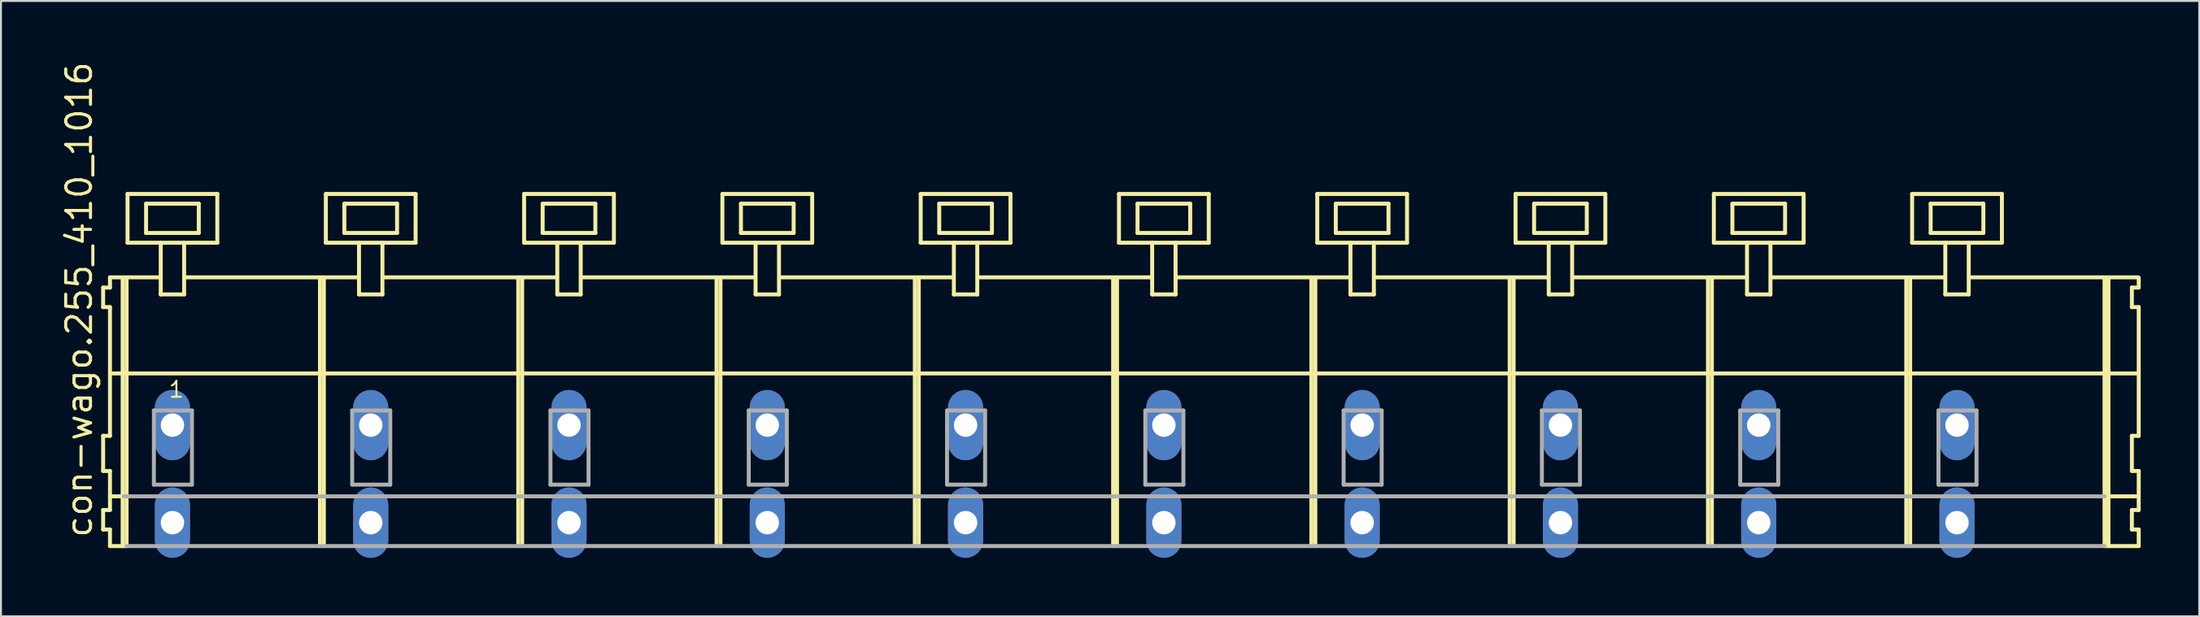
<source format=kicad_pcb>
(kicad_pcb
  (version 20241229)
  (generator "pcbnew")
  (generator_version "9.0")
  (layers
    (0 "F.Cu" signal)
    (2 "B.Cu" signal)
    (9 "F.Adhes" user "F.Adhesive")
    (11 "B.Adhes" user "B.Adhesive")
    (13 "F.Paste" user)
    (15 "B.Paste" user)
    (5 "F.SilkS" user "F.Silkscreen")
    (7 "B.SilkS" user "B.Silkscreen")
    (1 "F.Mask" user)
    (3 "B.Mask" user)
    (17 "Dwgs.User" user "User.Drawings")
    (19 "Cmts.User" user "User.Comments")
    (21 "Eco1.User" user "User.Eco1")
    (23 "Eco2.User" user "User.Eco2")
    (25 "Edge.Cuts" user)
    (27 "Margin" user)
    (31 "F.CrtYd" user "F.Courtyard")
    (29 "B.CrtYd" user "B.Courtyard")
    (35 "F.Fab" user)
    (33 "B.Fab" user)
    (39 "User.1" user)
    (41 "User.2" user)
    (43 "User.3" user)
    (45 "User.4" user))
  (footprint "con-wago.255_410_1016"
    (layer "F.Cu")
    (at 54.045 18.743)
    (property "Reference" "con-wago.255_410_1016" (at -52.295 5.855 90) (layer "F.SilkS") (effects (font (size 1.27 1.27) (thickness 0.16)) (justify left bottom)))
    (attr through_hole)
    (fp_line (start -51.81 -7.05) (end -51.81 -6.05) (stroke (width 0.203) (type default)) (layer "F.SilkS"))
    (fp_line (start -51.81 -6.05) (end -51.46 -6.05) (stroke (width 0.203) (type default)) (layer "F.SilkS"))
    (fp_line (start -51.81 0.55) (end -51.81 2.35) (stroke (width 0.203) (type default)) (layer "F.SilkS"))
    (fp_line (start -51.81 2.35) (end -51.46 2.35) (stroke (width 0.203) (type default)) (layer "F.SilkS"))
    (fp_line (start -51.81 4.35) (end -51.81 5.35) (stroke (width 0.203) (type default)) (layer "F.SilkS"))
    (fp_line (start -51.81 5.35) (end -51.46 5.35) (stroke (width 0.203) (type default)) (layer "F.SilkS"))
    (fp_line (start -51.46 -7.575) (end -51.46 -7.05) (stroke (width 0.203) (type default)) (layer "F.SilkS"))
    (fp_line (start -51.46 -7.575) (end -48.885 -7.575) (stroke (width 0.203) (type default)) (layer "F.SilkS"))
    (fp_line (start -51.46 -7.05) (end -51.81 -7.05) (stroke (width 0.203) (type default)) (layer "F.SilkS"))
    (fp_line (start -51.46 -6.05) (end -51.46 0.55) (stroke (width 0.203) (type default)) (layer "F.SilkS"))
    (fp_line (start -51.46 0.55) (end -51.81 0.55) (stroke (width 0.203) (type default)) (layer "F.SilkS"))
    (fp_line (start -51.46 2.35) (end -51.46 4.35) (stroke (width 0.203) (type default)) (layer "F.SilkS"))
    (fp_line (start -51.46 3.65) (end -50.76 3.65) (stroke (width 0.203) (type default)) (layer "F.SilkS"))
    (fp_line (start -51.46 4.35) (end -51.81 4.35) (stroke (width 0.203) (type default)) (layer "F.SilkS"))
    (fp_line (start -51.46 5.35) (end -51.46 6.2) (stroke (width 0.203) (type default)) (layer "F.SilkS"))
    (fp_line (start -51.46 6.2) (end -50.81 6.2) (stroke (width 0.203) (type default)) (layer "F.SilkS"))
    (fp_line (start -51.41 -2.65) (end 52.44 -2.65) (stroke (width 0.203) (type default)) (layer "F.SilkS"))
    (fp_line (start -50.81 -7.55) (end -50.81 6.2) (stroke (width 0.203) (type default)) (layer "F.SilkS"))
    (fp_line (start -50.81 6.2) (end -50.61 6.2) (stroke (width 0.203) (type default)) (layer "F.SilkS"))
    (fp_line (start -50.61 -7.55) (end -50.61 6.2) (stroke (width 0.203) (type default)) (layer "F.SilkS"))
    (fp_line (start -50.56 -11.85) (end -50.56 -9.35) (stroke (width 0.203) (type default)) (layer "F.SilkS"))
    (fp_line (start -50.56 -9.35) (end -48.86 -9.35) (stroke (width 0.203) (type default)) (layer "F.SilkS"))
    (fp_line (start -49.61 -11.35) (end -49.61 -9.85) (stroke (width 0.203) (type default)) (layer "F.SilkS"))
    (fp_line (start -49.61 -9.85) (end -46.91 -9.85) (stroke (width 0.203) (type default)) (layer "F.SilkS"))
    (fp_line (start -48.86 -9.35) (end -48.86 -6.7) (stroke (width 0.203) (type default)) (layer "F.SilkS"))
    (fp_line (start -48.86 -9.35) (end -47.66 -9.35) (stroke (width 0.203) (type default)) (layer "F.SilkS"))
    (fp_line (start -48.86 -6.7) (end -47.66 -6.7) (stroke (width 0.203) (type default)) (layer "F.SilkS"))
    (fp_line (start -47.66 -9.35) (end -45.96 -9.35) (stroke (width 0.203) (type default)) (layer "F.SilkS"))
    (fp_line (start -47.66 -6.7) (end -47.66 -9.35) (stroke (width 0.203) (type default)) (layer "F.SilkS"))
    (fp_line (start -47.635 -7.575) (end -38.721 -7.575) (stroke (width 0.203) (type default)) (layer "F.SilkS"))
    (fp_line (start -46.91 -11.35) (end -49.61 -11.35) (stroke (width 0.203) (type default)) (layer "F.SilkS"))
    (fp_line (start -46.91 -9.85) (end -46.91 -11.35) (stroke (width 0.203) (type default)) (layer "F.SilkS"))
    (fp_line (start -45.96 -11.85) (end -50.56 -11.85) (stroke (width 0.203) (type default)) (layer "F.SilkS"))
    (fp_line (start -45.96 -9.35) (end -45.96 -11.85) (stroke (width 0.203) (type default)) (layer "F.SilkS"))
    (fp_line (start -40.7 -7.55) (end -40.7 6.2) (stroke (width 0.203) (type default)) (layer "F.SilkS"))
    (fp_line (start -40.5 -7.55) (end -40.5 6.2) (stroke (width 0.203) (type default)) (layer "F.SilkS"))
    (fp_line (start -40.4 -11.85) (end -40.4 -9.35) (stroke (width 0.203) (type default)) (layer "F.SilkS"))
    (fp_line (start -40.4 -9.35) (end -38.7 -9.35) (stroke (width 0.203) (type default)) (layer "F.SilkS"))
    (fp_line (start -39.45 -11.35) (end -39.45 -9.85) (stroke (width 0.203) (type default)) (layer "F.SilkS"))
    (fp_line (start -39.45 -9.85) (end -36.75 -9.85) (stroke (width 0.203) (type default)) (layer "F.SilkS"))
    (fp_line (start -38.7 -9.35) (end -38.7 -6.7) (stroke (width 0.203) (type default)) (layer "F.SilkS"))
    (fp_line (start -38.7 -9.35) (end -37.5 -9.35) (stroke (width 0.203) (type default)) (layer "F.SilkS"))
    (fp_line (start -38.7 -6.7) (end -37.5 -6.7) (stroke (width 0.203) (type default)) (layer "F.SilkS"))
    (fp_line (start -37.5 -9.35) (end -35.8 -9.35) (stroke (width 0.203) (type default)) (layer "F.SilkS"))
    (fp_line (start -37.5 -6.7) (end -37.5 -9.35) (stroke (width 0.203) (type default)) (layer "F.SilkS"))
    (fp_line (start -37.475 -7.575) (end -28.561 -7.575) (stroke (width 0.203) (type default)) (layer "F.SilkS"))
    (fp_line (start -36.75 -11.35) (end -39.45 -11.35) (stroke (width 0.203) (type default)) (layer "F.SilkS"))
    (fp_line (start -36.75 -9.85) (end -36.75 -11.35) (stroke (width 0.203) (type default)) (layer "F.SilkS"))
    (fp_line (start -35.8 -11.85) (end -40.4 -11.85) (stroke (width 0.203) (type default)) (layer "F.SilkS"))
    (fp_line (start -35.8 -9.35) (end -35.8 -11.85) (stroke (width 0.203) (type default)) (layer "F.SilkS"))
    (fp_line (start -30.54 -7.55) (end -30.54 6.2) (stroke (width 0.203) (type default)) (layer "F.SilkS"))
    (fp_line (start -30.34 -7.55) (end -30.34 6.2) (stroke (width 0.203) (type default)) (layer "F.SilkS"))
    (fp_line (start -30.24 -11.85) (end -30.24 -9.35) (stroke (width 0.203) (type default)) (layer "F.SilkS"))
    (fp_line (start -30.24 -9.35) (end -28.54 -9.35) (stroke (width 0.203) (type default)) (layer "F.SilkS"))
    (fp_line (start -29.29 -11.35) (end -29.29 -9.85) (stroke (width 0.203) (type default)) (layer "F.SilkS"))
    (fp_line (start -29.29 -9.85) (end -26.59 -9.85) (stroke (width 0.203) (type default)) (layer "F.SilkS"))
    (fp_line (start -28.54 -9.35) (end -28.54 -6.7) (stroke (width 0.203) (type default)) (layer "F.SilkS"))
    (fp_line (start -28.54 -9.35) (end -27.34 -9.35) (stroke (width 0.203) (type default)) (layer "F.SilkS"))
    (fp_line (start -28.54 -6.7) (end -27.34 -6.7) (stroke (width 0.203) (type default)) (layer "F.SilkS"))
    (fp_line (start -27.34 -9.35) (end -25.64 -9.35) (stroke (width 0.203) (type default)) (layer "F.SilkS"))
    (fp_line (start -27.34 -6.7) (end -27.34 -9.35) (stroke (width 0.203) (type default)) (layer "F.SilkS"))
    (fp_line (start -27.315 -7.575) (end -18.401 -7.575) (stroke (width 0.203) (type default)) (layer "F.SilkS"))
    (fp_line (start -26.59 -11.35) (end -29.29 -11.35) (stroke (width 0.203) (type default)) (layer "F.SilkS"))
    (fp_line (start -26.59 -9.85) (end -26.59 -11.35) (stroke (width 0.203) (type default)) (layer "F.SilkS"))
    (fp_line (start -25.64 -11.85) (end -30.24 -11.85) (stroke (width 0.203) (type default)) (layer "F.SilkS"))
    (fp_line (start -25.64 -9.35) (end -25.64 -11.85) (stroke (width 0.203) (type default)) (layer "F.SilkS"))
    (fp_line (start -20.38 -7.55) (end -20.38 6.2) (stroke (width 0.203) (type default)) (layer "F.SilkS"))
    (fp_line (start -20.18 -7.55) (end -20.18 6.2) (stroke (width 0.203) (type default)) (layer "F.SilkS"))
    (fp_line (start -20.08 -11.85) (end -20.08 -9.35) (stroke (width 0.203) (type default)) (layer "F.SilkS"))
    (fp_line (start -20.08 -9.35) (end -18.38 -9.35) (stroke (width 0.203) (type default)) (layer "F.SilkS"))
    (fp_line (start -19.13 -11.35) (end -19.13 -9.85) (stroke (width 0.203) (type default)) (layer "F.SilkS"))
    (fp_line (start -19.13 -9.85) (end -16.43 -9.85) (stroke (width 0.203) (type default)) (layer "F.SilkS"))
    (fp_line (start -18.38 -9.35) (end -18.38 -6.7) (stroke (width 0.203) (type default)) (layer "F.SilkS"))
    (fp_line (start -18.38 -9.35) (end -17.18 -9.35) (stroke (width 0.203) (type default)) (layer "F.SilkS"))
    (fp_line (start -18.38 -6.7) (end -17.18 -6.7) (stroke (width 0.203) (type default)) (layer "F.SilkS"))
    (fp_line (start -17.18 -9.35) (end -15.48 -9.35) (stroke (width 0.203) (type default)) (layer "F.SilkS"))
    (fp_line (start -17.18 -6.7) (end -17.18 -9.35) (stroke (width 0.203) (type default)) (layer "F.SilkS"))
    (fp_line (start -17.155 -7.575) (end -8.241 -7.575) (stroke (width 0.203) (type default)) (layer "F.SilkS"))
    (fp_line (start -16.43 -11.35) (end -19.13 -11.35) (stroke (width 0.203) (type default)) (layer "F.SilkS"))
    (fp_line (start -16.43 -9.85) (end -16.43 -11.35) (stroke (width 0.203) (type default)) (layer "F.SilkS"))
    (fp_line (start -15.48 -11.85) (end -20.08 -11.85) (stroke (width 0.203) (type default)) (layer "F.SilkS"))
    (fp_line (start -15.48 -9.35) (end -15.48 -11.85) (stroke (width 0.203) (type default)) (layer "F.SilkS"))
    (fp_line (start -10.22 -7.55) (end -10.22 6.2) (stroke (width 0.203) (type default)) (layer "F.SilkS"))
    (fp_line (start -10.02 -7.55) (end -10.02 6.2) (stroke (width 0.203) (type default)) (layer "F.SilkS"))
    (fp_line (start -9.92 -11.85) (end -9.92 -9.35) (stroke (width 0.203) (type default)) (layer "F.SilkS"))
    (fp_line (start -9.92 -9.35) (end -8.22 -9.35) (stroke (width 0.203) (type default)) (layer "F.SilkS"))
    (fp_line (start -8.97 -11.35) (end -8.97 -9.85) (stroke (width 0.203) (type default)) (layer "F.SilkS"))
    (fp_line (start -8.97 -9.85) (end -6.27 -9.85) (stroke (width 0.203) (type default)) (layer "F.SilkS"))
    (fp_line (start -8.22 -9.35) (end -8.22 -6.7) (stroke (width 0.203) (type default)) (layer "F.SilkS"))
    (fp_line (start -8.22 -9.35) (end -7.02 -9.35) (stroke (width 0.203) (type default)) (layer "F.SilkS"))
    (fp_line (start -8.22 -6.7) (end -7.02 -6.7) (stroke (width 0.203) (type default)) (layer "F.SilkS"))
    (fp_line (start -7.02 -9.35) (end -5.32 -9.35) (stroke (width 0.203) (type default)) (layer "F.SilkS"))
    (fp_line (start -7.02 -6.7) (end -7.02 -9.35) (stroke (width 0.203) (type default)) (layer "F.SilkS"))
    (fp_line (start -6.995 -7.575) (end 1.919 -7.575) (stroke (width 0.203) (type default)) (layer "F.SilkS"))
    (fp_line (start -6.27 -11.35) (end -8.97 -11.35) (stroke (width 0.203) (type default)) (layer "F.SilkS"))
    (fp_line (start -6.27 -9.85) (end -6.27 -11.35) (stroke (width 0.203) (type default)) (layer "F.SilkS"))
    (fp_line (start -5.32 -11.85) (end -9.92 -11.85) (stroke (width 0.203) (type default)) (layer "F.SilkS"))
    (fp_line (start -5.32 -9.35) (end -5.32 -11.85) (stroke (width 0.203) (type default)) (layer "F.SilkS"))
    (fp_line (start -0.06 -7.55) (end -0.06 6.2) (stroke (width 0.203) (type default)) (layer "F.SilkS"))
    (fp_line (start 0.14 -7.55) (end 0.14 6.2) (stroke (width 0.203) (type default)) (layer "F.SilkS"))
    (fp_line (start 0.24 -11.85) (end 0.24 -9.35) (stroke (width 0.203) (type default)) (layer "F.SilkS"))
    (fp_line (start 0.24 -9.35) (end 1.94 -9.35) (stroke (width 0.203) (type default)) (layer "F.SilkS"))
    (fp_line (start 1.19 -11.35) (end 1.19 -9.85) (stroke (width 0.203) (type default)) (layer "F.SilkS"))
    (fp_line (start 1.19 -9.85) (end 3.89 -9.85) (stroke (width 0.203) (type default)) (layer "F.SilkS"))
    (fp_line (start 1.94 -9.35) (end 1.94 -6.7) (stroke (width 0.203) (type default)) (layer "F.SilkS"))
    (fp_line (start 1.94 -9.35) (end 3.14 -9.35) (stroke (width 0.203) (type default)) (layer "F.SilkS"))
    (fp_line (start 1.94 -6.7) (end 3.14 -6.7) (stroke (width 0.203) (type default)) (layer "F.SilkS"))
    (fp_line (start 3.14 -9.35) (end 4.84 -9.35) (stroke (width 0.203) (type default)) (layer "F.SilkS"))
    (fp_line (start 3.14 -6.7) (end 3.14 -9.35) (stroke (width 0.203) (type default)) (layer "F.SilkS"))
    (fp_line (start 3.165 -7.575) (end 12.079 -7.575) (stroke (width 0.203) (type default)) (layer "F.SilkS"))
    (fp_line (start 3.89 -11.35) (end 1.19 -11.35) (stroke (width 0.203) (type default)) (layer "F.SilkS"))
    (fp_line (start 3.89 -9.85) (end 3.89 -11.35) (stroke (width 0.203) (type default)) (layer "F.SilkS"))
    (fp_line (start 4.84 -11.85) (end 0.24 -11.85) (stroke (width 0.203) (type default)) (layer "F.SilkS"))
    (fp_line (start 4.84 -9.35) (end 4.84 -11.85) (stroke (width 0.203) (type default)) (layer "F.SilkS"))
    (fp_line (start 10.1 -7.55) (end 10.1 6.2) (stroke (width 0.203) (type default)) (layer "F.SilkS"))
    (fp_line (start 10.3 -7.55) (end 10.3 6.2) (stroke (width 0.203) (type default)) (layer "F.SilkS"))
    (fp_line (start 10.4 -11.85) (end 10.4 -9.35) (stroke (width 0.203) (type default)) (layer "F.SilkS"))
    (fp_line (start 10.4 -9.35) (end 12.1 -9.35) (stroke (width 0.203) (type default)) (layer "F.SilkS"))
    (fp_line (start 11.35 -11.35) (end 11.35 -9.85) (stroke (width 0.203) (type default)) (layer "F.SilkS"))
    (fp_line (start 11.35 -9.85) (end 14.05 -9.85) (stroke (width 0.203) (type default)) (layer "F.SilkS"))
    (fp_line (start 12.1 -9.35) (end 12.1 -6.7) (stroke (width 0.203) (type default)) (layer "F.SilkS"))
    (fp_line (start 12.1 -9.35) (end 13.3 -9.35) (stroke (width 0.203) (type default)) (layer "F.SilkS"))
    (fp_line (start 12.1 -6.7) (end 13.3 -6.7) (stroke (width 0.203) (type default)) (layer "F.SilkS"))
    (fp_line (start 13.3 -9.35) (end 15 -9.35) (stroke (width 0.203) (type default)) (layer "F.SilkS"))
    (fp_line (start 13.3 -6.7) (end 13.3 -9.35) (stroke (width 0.203) (type default)) (layer "F.SilkS"))
    (fp_line (start 13.325 -7.575) (end 22.239 -7.575) (stroke (width 0.203) (type default)) (layer "F.SilkS"))
    (fp_line (start 14.05 -11.35) (end 11.35 -11.35) (stroke (width 0.203) (type default)) (layer "F.SilkS"))
    (fp_line (start 14.05 -9.85) (end 14.05 -11.35) (stroke (width 0.203) (type default)) (layer "F.SilkS"))
    (fp_line (start 15 -11.85) (end 10.4 -11.85) (stroke (width 0.203) (type default)) (layer "F.SilkS"))
    (fp_line (start 15 -9.35) (end 15 -11.85) (stroke (width 0.203) (type default)) (layer "F.SilkS"))
    (fp_line (start 20.26 -7.55) (end 20.26 6.2) (stroke (width 0.203) (type default)) (layer "F.SilkS"))
    (fp_line (start 20.46 -7.55) (end 20.46 6.2) (stroke (width 0.203) (type default)) (layer "F.SilkS"))
    (fp_line (start 20.56 -11.85) (end 20.56 -9.35) (stroke (width 0.203) (type default)) (layer "F.SilkS"))
    (fp_line (start 20.56 -9.35) (end 22.26 -9.35) (stroke (width 0.203) (type default)) (layer "F.SilkS"))
    (fp_line (start 21.51 -11.35) (end 21.51 -9.85) (stroke (width 0.203) (type default)) (layer "F.SilkS"))
    (fp_line (start 21.51 -9.85) (end 24.21 -9.85) (stroke (width 0.203) (type default)) (layer "F.SilkS"))
    (fp_line (start 22.26 -9.35) (end 22.26 -6.7) (stroke (width 0.203) (type default)) (layer "F.SilkS"))
    (fp_line (start 22.26 -9.35) (end 23.46 -9.35) (stroke (width 0.203) (type default)) (layer "F.SilkS"))
    (fp_line (start 22.26 -6.7) (end 23.46 -6.7) (stroke (width 0.203) (type default)) (layer "F.SilkS"))
    (fp_line (start 23.46 -9.35) (end 25.16 -9.35) (stroke (width 0.203) (type default)) (layer "F.SilkS"))
    (fp_line (start 23.46 -6.7) (end 23.46 -9.35) (stroke (width 0.203) (type default)) (layer "F.SilkS"))
    (fp_line (start 23.485 -7.575) (end 32.399 -7.575) (stroke (width 0.203) (type default)) (layer "F.SilkS"))
    (fp_line (start 24.21 -11.35) (end 21.51 -11.35) (stroke (width 0.203) (type default)) (layer "F.SilkS"))
    (fp_line (start 24.21 -9.85) (end 24.21 -11.35) (stroke (width 0.203) (type default)) (layer "F.SilkS"))
    (fp_line (start 25.16 -11.85) (end 20.56 -11.85) (stroke (width 0.203) (type default)) (layer "F.SilkS"))
    (fp_line (start 25.16 -9.35) (end 25.16 -11.85) (stroke (width 0.203) (type default)) (layer "F.SilkS"))
    (fp_line (start 30.42 -7.55) (end 30.42 6.2) (stroke (width 0.203) (type default)) (layer "F.SilkS"))
    (fp_line (start 30.62 -7.55) (end 30.62 6.2) (stroke (width 0.203) (type default)) (layer "F.SilkS"))
    (fp_line (start 30.72 -11.85) (end 30.72 -9.35) (stroke (width 0.203) (type default)) (layer "F.SilkS"))
    (fp_line (start 30.72 -9.35) (end 32.42 -9.35) (stroke (width 0.203) (type default)) (layer "F.SilkS"))
    (fp_line (start 31.67 -11.35) (end 31.67 -9.85) (stroke (width 0.203) (type default)) (layer "F.SilkS"))
    (fp_line (start 31.67 -9.85) (end 34.37 -9.85) (stroke (width 0.203) (type default)) (layer "F.SilkS"))
    (fp_line (start 32.42 -9.35) (end 32.42 -6.7) (stroke (width 0.203) (type default)) (layer "F.SilkS"))
    (fp_line (start 32.42 -9.35) (end 33.62 -9.35) (stroke (width 0.203) (type default)) (layer "F.SilkS"))
    (fp_line (start 32.42 -6.7) (end 33.62 -6.7) (stroke (width 0.203) (type default)) (layer "F.SilkS"))
    (fp_line (start 33.62 -9.35) (end 35.32 -9.35) (stroke (width 0.203) (type default)) (layer "F.SilkS"))
    (fp_line (start 33.62 -6.7) (end 33.62 -9.35) (stroke (width 0.203) (type default)) (layer "F.SilkS"))
    (fp_line (start 33.645 -7.575) (end 42.559 -7.575) (stroke (width 0.203) (type default)) (layer "F.SilkS"))
    (fp_line (start 34.37 -11.35) (end 31.67 -11.35) (stroke (width 0.203) (type default)) (layer "F.SilkS"))
    (fp_line (start 34.37 -9.85) (end 34.37 -11.35) (stroke (width 0.203) (type default)) (layer "F.SilkS"))
    (fp_line (start 35.32 -11.85) (end 30.72 -11.85) (stroke (width 0.203) (type default)) (layer "F.SilkS"))
    (fp_line (start 35.32 -9.35) (end 35.32 -11.85) (stroke (width 0.203) (type default)) (layer "F.SilkS"))
    (fp_line (start 40.58 -7.55) (end 40.58 6.2) (stroke (width 0.203) (type default)) (layer "F.SilkS"))
    (fp_line (start 40.78 -7.55) (end 40.78 6.2) (stroke (width 0.203) (type default)) (layer "F.SilkS"))
    (fp_line (start 40.88 -11.85) (end 40.88 -9.35) (stroke (width 0.203) (type default)) (layer "F.SilkS"))
    (fp_line (start 40.88 -9.35) (end 42.58 -9.35) (stroke (width 0.203) (type default)) (layer "F.SilkS"))
    (fp_line (start 41.83 -11.35) (end 41.83 -9.85) (stroke (width 0.203) (type default)) (layer "F.SilkS"))
    (fp_line (start 41.83 -9.85) (end 44.53 -9.85) (stroke (width 0.203) (type default)) (layer "F.SilkS"))
    (fp_line (start 42.58 -9.35) (end 42.58 -6.7) (stroke (width 0.203) (type default)) (layer "F.SilkS"))
    (fp_line (start 42.58 -9.35) (end 43.78 -9.35) (stroke (width 0.203) (type default)) (layer "F.SilkS"))
    (fp_line (start 42.58 -6.7) (end 43.78 -6.7) (stroke (width 0.203) (type default)) (layer "F.SilkS"))
    (fp_line (start 43.78 -9.35) (end 45.48 -9.35) (stroke (width 0.203) (type default)) (layer "F.SilkS"))
    (fp_line (start 43.78 -6.7) (end 43.78 -9.35) (stroke (width 0.203) (type default)) (layer "F.SilkS"))
    (fp_line (start 43.805 -7.575) (end 52.465 -7.575) (stroke (width 0.203) (type default)) (layer "F.SilkS"))
    (fp_line (start 44.53 -11.35) (end 41.83 -11.35) (stroke (width 0.203) (type default)) (layer "F.SilkS"))
    (fp_line (start 44.53 -9.85) (end 44.53 -11.35) (stroke (width 0.203) (type default)) (layer "F.SilkS"))
    (fp_line (start 45.48 -11.85) (end 40.88 -11.85) (stroke (width 0.203) (type default)) (layer "F.SilkS"))
    (fp_line (start 45.48 -9.35) (end 45.48 -11.85) (stroke (width 0.203) (type default)) (layer "F.SilkS"))
    (fp_line (start 50.74 -7.55) (end 50.74 6.2) (stroke (width 0.203) (type default)) (layer "F.SilkS"))
    (fp_line (start 50.74 6.2) (end 52.49 6.2) (stroke (width 0.203) (type default)) (layer "F.SilkS"))
    (fp_line (start 50.79 3.65) (end 52.49 3.65) (stroke (width 0.203) (type default)) (layer "F.SilkS"))
    (fp_line (start 50.94 -7.55) (end 50.94 6.2) (stroke (width 0.203) (type default)) (layer "F.SilkS"))
    (fp_line (start 52.14 -7.05) (end 52.14 -6.05) (stroke (width 0.203) (type default)) (layer "F.SilkS"))
    (fp_line (start 52.14 -6.05) (end 52.49 -6.05) (stroke (width 0.203) (type default)) (layer "F.SilkS"))
    (fp_line (start 52.14 0.55) (end 52.14 2.35) (stroke (width 0.203) (type default)) (layer "F.SilkS"))
    (fp_line (start 52.14 2.35) (end 52.49 2.35) (stroke (width 0.203) (type default)) (layer "F.SilkS"))
    (fp_line (start 52.14 4.35) (end 52.14 5.35) (stroke (width 0.203) (type default)) (layer "F.SilkS"))
    (fp_line (start 52.14 5.35) (end 52.49 5.35) (stroke (width 0.203) (type default)) (layer "F.SilkS"))
    (fp_line (start 52.49 -7.05) (end 52.14 -7.05) (stroke (width 0.203) (type default)) (layer "F.SilkS"))
    (fp_line (start 52.49 -7.05) (end 52.49 -7.55) (stroke (width 0.203) (type default)) (layer "F.SilkS"))
    (fp_line (start 52.49 0.55) (end 52.14 0.55) (stroke (width 0.203) (type default)) (layer "F.SilkS"))
    (fp_line (start 52.49 0.55) (end 52.49 -6.05) (stroke (width 0.203) (type default)) (layer "F.SilkS"))
    (fp_line (start 52.49 3.65) (end 52.49 2.35) (stroke (width 0.203) (type default)) (layer "F.SilkS"))
    (fp_line (start 52.49 4.35) (end 52.14 4.35) (stroke (width 0.203) (type default)) (layer "F.SilkS"))
    (fp_line (start 52.49 4.35) (end 52.49 3.65) (stroke (width 0.203) (type default)) (layer "F.SilkS"))
    (fp_line (start 52.49 6.2) (end 52.49 5.35) (stroke (width 0.203) (type default)) (layer "F.SilkS"))
    (fp_line (start -50.76 3.65) (end 50.74 3.65) (stroke (width 0.203) (type default)) (layer "F.Fab"))
    (fp_line (start -50.61 6.2) (end 50.74 6.2) (stroke (width 0.203) (type default)) (layer "F.Fab"))
    (fp_line (start -49.21 -0.75) (end -49.21 3.05) (stroke (width 0.203) (type default)) (layer "F.Fab"))
    (fp_line (start -49.21 3.05) (end -47.26 3.05) (stroke (width 0.203) (type default)) (layer "F.Fab"))
    (fp_line (start -47.26 -0.75) (end -49.21 -0.75) (stroke (width 0.203) (type default)) (layer "F.Fab"))
    (fp_line (start -47.26 3.05) (end -47.26 -0.75) (stroke (width 0.203) (type default)) (layer "F.Fab"))
    (fp_line (start -39.05 -0.75) (end -39.05 3.05) (stroke (width 0.203) (type default)) (layer "F.Fab"))
    (fp_line (start -39.05 3.05) (end -37.1 3.05) (stroke (width 0.203) (type default)) (layer "F.Fab"))
    (fp_line (start -37.1 -0.75) (end -39.05 -0.75) (stroke (width 0.203) (type default)) (layer "F.Fab"))
    (fp_line (start -37.1 3.05) (end -37.1 -0.75) (stroke (width 0.203) (type default)) (layer "F.Fab"))
    (fp_line (start -28.89 -0.75) (end -28.89 3.05) (stroke (width 0.203) (type default)) (layer "F.Fab"))
    (fp_line (start -28.89 3.05) (end -26.94 3.05) (stroke (width 0.203) (type default)) (layer "F.Fab"))
    (fp_line (start -26.94 -0.75) (end -28.89 -0.75) (stroke (width 0.203) (type default)) (layer "F.Fab"))
    (fp_line (start -26.94 3.05) (end -26.94 -0.75) (stroke (width 0.203) (type default)) (layer "F.Fab"))
    (fp_line (start -18.73 -0.75) (end -18.73 3.05) (stroke (width 0.203) (type default)) (layer "F.Fab"))
    (fp_line (start -18.73 3.05) (end -16.78 3.05) (stroke (width 0.203) (type default)) (layer "F.Fab"))
    (fp_line (start -16.78 -0.75) (end -18.73 -0.75) (stroke (width 0.203) (type default)) (layer "F.Fab"))
    (fp_line (start -16.78 3.05) (end -16.78 -0.75) (stroke (width 0.203) (type default)) (layer "F.Fab"))
    (fp_line (start -8.57 -0.75) (end -8.57 3.05) (stroke (width 0.203) (type default)) (layer "F.Fab"))
    (fp_line (start -8.57 3.05) (end -6.62 3.05) (stroke (width 0.203) (type default)) (layer "F.Fab"))
    (fp_line (start -6.62 -0.75) (end -8.57 -0.75) (stroke (width 0.203) (type default)) (layer "F.Fab"))
    (fp_line (start -6.62 3.05) (end -6.62 -0.75) (stroke (width 0.203) (type default)) (layer "F.Fab"))
    (fp_line (start 1.59 -0.75) (end 1.59 3.05) (stroke (width 0.203) (type default)) (layer "F.Fab"))
    (fp_line (start 1.59 3.05) (end 3.54 3.05) (stroke (width 0.203) (type default)) (layer "F.Fab"))
    (fp_line (start 3.54 -0.75) (end 1.59 -0.75) (stroke (width 0.203) (type default)) (layer "F.Fab"))
    (fp_line (start 3.54 3.05) (end 3.54 -0.75) (stroke (width 0.203) (type default)) (layer "F.Fab"))
    (fp_line (start 11.75 -0.75) (end 11.75 3.05) (stroke (width 0.203) (type default)) (layer "F.Fab"))
    (fp_line (start 11.75 3.05) (end 13.7 3.05) (stroke (width 0.203) (type default)) (layer "F.Fab"))
    (fp_line (start 13.7 -0.75) (end 11.75 -0.75) (stroke (width 0.203) (type default)) (layer "F.Fab"))
    (fp_line (start 13.7 3.05) (end 13.7 -0.75) (stroke (width 0.203) (type default)) (layer "F.Fab"))
    (fp_line (start 21.91 -0.75) (end 21.91 3.05) (stroke (width 0.203) (type default)) (layer "F.Fab"))
    (fp_line (start 21.91 3.05) (end 23.86 3.05) (stroke (width 0.203) (type default)) (layer "F.Fab"))
    (fp_line (start 23.86 -0.75) (end 21.91 -0.75) (stroke (width 0.203) (type default)) (layer "F.Fab"))
    (fp_line (start 23.86 3.05) (end 23.86 -0.75) (stroke (width 0.203) (type default)) (layer "F.Fab"))
    (fp_line (start 32.07 -0.75) (end 32.07 3.05) (stroke (width 0.203) (type default)) (layer "F.Fab"))
    (fp_line (start 32.07 3.05) (end 34.02 3.05) (stroke (width 0.203) (type default)) (layer "F.Fab"))
    (fp_line (start 34.02 -0.75) (end 32.07 -0.75) (stroke (width 0.203) (type default)) (layer "F.Fab"))
    (fp_line (start 34.02 3.05) (end 34.02 -0.75) (stroke (width 0.203) (type default)) (layer "F.Fab"))
    (fp_line (start 42.23 -0.75) (end 42.23 3.05) (stroke (width 0.203) (type default)) (layer "F.Fab"))
    (fp_line (start 42.23 3.05) (end 44.18 3.05) (stroke (width 0.203) (type default)) (layer "F.Fab"))
    (fp_line (start 44.18 -0.75) (end 42.23 -0.75) (stroke (width 0.203) (type default)) (layer "F.Fab"))
    (fp_line (start 44.18 3.05) (end 44.18 -0.75) (stroke (width 0.203) (type default)) (layer "F.Fab"))
    (fp_text user "1" (at -48.51 -1.35 0) (layer "F.SilkS") (effects (font (size 0.813 0.813) (thickness 0.1)) (justify left bottom)))
    (pad "A1" thru_hole oval (at -48.26 0 90) (size 3.6 1.8) (drill 1.2) (layers "*.Cu" "*.Mask"))
    (pad "A2" thru_hole oval (at -38.1 0 90) (size 3.6 1.8) (drill 1.2) (layers "*.Cu" "*.Mask"))
    (pad "A3" thru_hole oval (at -27.94 0 90) (size 3.6 1.8) (drill 1.2) (layers "*.Cu" "*.Mask"))
    (pad "A4" thru_hole oval (at -17.78 0 90) (size 3.6 1.8) (drill 1.2) (layers "*.Cu" "*.Mask"))
    (pad "A5" thru_hole oval (at -7.62 0 90) (size 3.6 1.8) (drill 1.2) (layers "*.Cu" "*.Mask"))
    (pad "A6" thru_hole oval (at 2.54 0 90) (size 3.6 1.8) (drill 1.2) (layers "*.Cu" "*.Mask"))
    (pad "A7" thru_hole oval (at 12.7 0 90) (size 3.6 1.8) (drill 1.2) (layers "*.Cu" "*.Mask"))
    (pad "A8" thru_hole oval (at 22.86 0 90) (size 3.6 1.8) (drill 1.2) (layers "*.Cu" "*.Mask"))
    (pad "A9" thru_hole oval (at 33.02 0 90) (size 3.6 1.8) (drill 1.2) (layers "*.Cu" "*.Mask"))
    (pad "A10" thru_hole oval (at 43.18 0 90) (size 3.6 1.8) (drill 1.2) (layers "*.Cu" "*.Mask"))
    (pad "B1" thru_hole oval (at -48.26 5 90) (size 3.6 1.8) (drill 1.2) (layers "*.Cu" "*.Mask"))
    (pad "B2" thru_hole oval (at -38.1 5 90) (size 3.6 1.8) (drill 1.2) (layers "*.Cu" "*.Mask"))
    (pad "B3" thru_hole oval (at -27.94 5 90) (size 3.6 1.8) (drill 1.2) (layers "*.Cu" "*.Mask"))
    (pad "B4" thru_hole oval (at -17.78 5 90) (size 3.6 1.8) (drill 1.2) (layers "*.Cu" "*.Mask"))
    (pad "B5" thru_hole oval (at -7.62 5 90) (size 3.6 1.8) (drill 1.2) (layers "*.Cu" "*.Mask"))
    (pad "B6" thru_hole oval (at 2.54 5 90) (size 3.6 1.8) (drill 1.2) (layers "*.Cu" "*.Mask"))
    (pad "B7" thru_hole oval (at 12.7 5 90) (size 3.6 1.8) (drill 1.2) (layers "*.Cu" "*.Mask"))
    (pad "B8" thru_hole oval (at 22.86 5 90) (size 3.6 1.8) (drill 1.2) (layers "*.Cu" "*.Mask"))
    (pad "B9" thru_hole oval (at 33.02 5 90) (size 3.6 1.8) (drill 1.2) (layers "*.Cu" "*.Mask"))
    (pad "B10" thru_hole oval (at 43.18 5 90) (size 3.6 1.8) (drill 1.2) (layers "*.Cu" "*.Mask")))
  (gr_rect
    (start -3 -3)
    (end 109.637 28.543)
    (stroke (width 0.1) (type default))
    (fill no)
    (layer "Edge.Cuts")))
</source>
